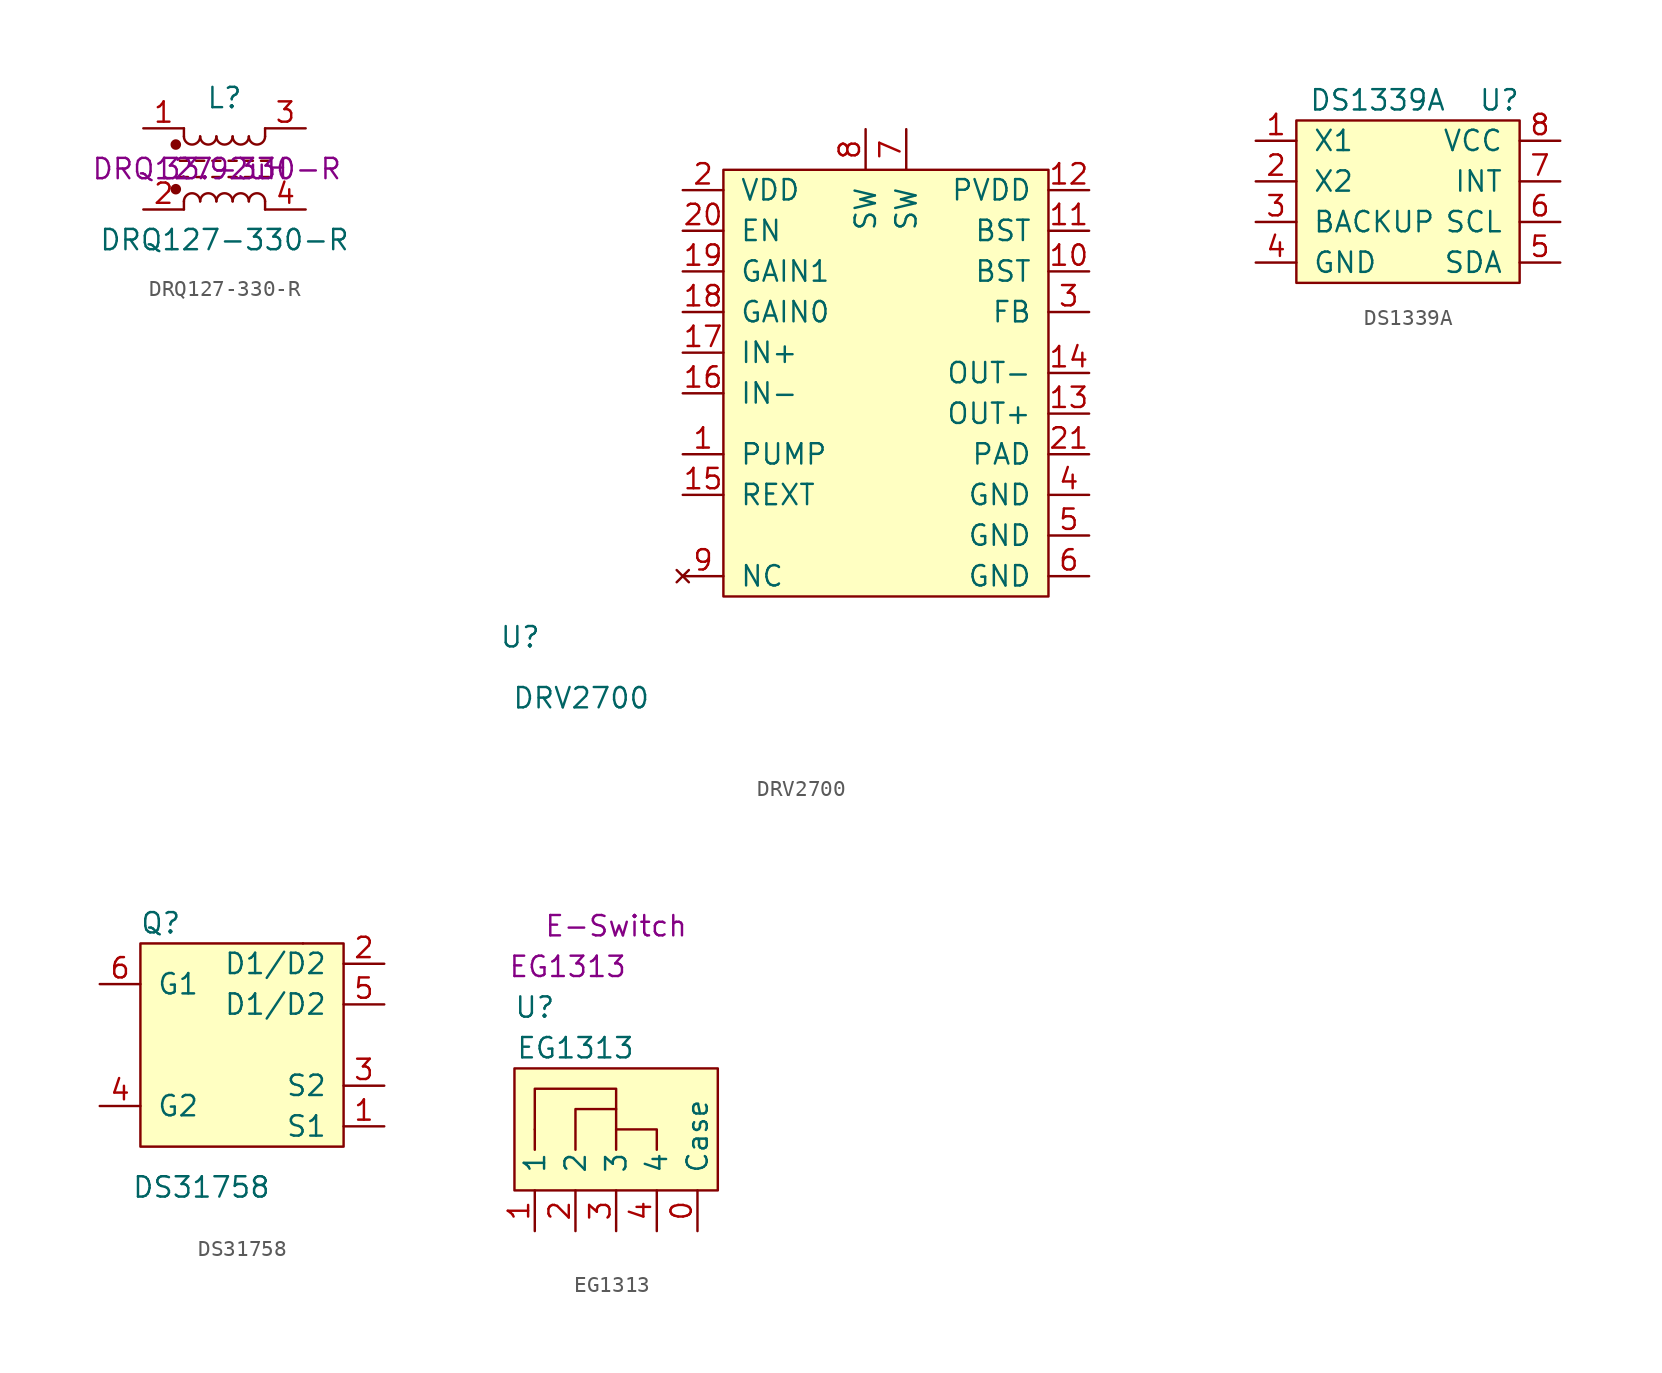
<source format=kicad_sym>
(kicad_symbol_lib
  (version 20211014)
  (generator kicad_symbol_editor)
  (symbol "DRQ127-330-R"
    (pin_names
      (offset 0.254) hide)
    (property "Reference" "L"
      (at 0 4.445 0)
      (effects (font (size 1.27 1.27))))
    (property "Value" "DRQ127-330-R"
      (at 0 -4.445 0)
      (effects (font (size 1.27 1.27))))
    (property "Part" "DRQ127-330-R "
      (at 0 0 0)
      (effects (font (size 1.27 1.27))))
    (property "Inductance" "33.92uH"
      (at 0 0 0)
      (effects (font (size 1.27 1.27))))
    (symbol "DRQ127-330-R_0_1"
      (circle (center -3.048 -1.27) (radius 0.254) (stroke (width 0) (type default) (color 0 0 0 0)) (fill (type outline)))
      (circle (center -3.048 1.524) (radius 0.254) (stroke (width 0) (type default) (color 0 0 0 0)) (fill (type outline)))
      (arc (start -2.54 2.032) (mid -2.032 1.524) (end -1.524 2.032) (stroke (width 0) (type default) (color 0 0 0 0)) (fill (type none)))
      (arc (start -1.524 -2.032) (mid -2.032 -1.524) (end -2.54 -2.032) (stroke (width 0) (type default) (color 0 0 0 0)) (fill (type none)))
      (arc (start -1.524 2.032) (mid -1.016 1.524) (end -0.508 2.032) (stroke (width 0) (type default) (color 0 0 0 0)) (fill (type none)))
      (arc (start -0.508 -2.032) (mid -1.016 -1.524) (end -1.524 -2.032) (stroke (width 0) (type default) (color 0 0 0 0)) (fill (type none)))
      (arc (start -0.508 2.032) (mid 0 1.524) (end 0.508 2.032) (stroke (width 0) (type default) (color 0 0 0 0)) (fill (type none)))
      (polyline (pts (xy -2.794 -0.508) (xy -2.286 -0.508)) (stroke (width 0) (type default) (color 0 0 0 0)) (fill (type none)))
      (polyline (pts (xy -2.794 0.508) (xy -2.286 0.508)) (stroke (width 0) (type default) (color 0 0 0 0)) (fill (type none)))
      (polyline (pts (xy -2.54 -2.032) (xy -2.54 -2.54)) (stroke (width 0) (type default) (color 0 0 0 0)) (fill (type none)))
      (polyline (pts (xy -2.54 2.032) (xy -2.54 2.54)) (stroke (width 0) (type default) (color 0 0 0 0)) (fill (type none)))
      (polyline (pts (xy -1.778 -0.508) (xy -1.27 -0.508)) (stroke (width 0) (type default) (color 0 0 0 0)) (fill (type none)))
      (polyline (pts (xy -1.778 0.508) (xy -1.27 0.508)) (stroke (width 0) (type default) (color 0 0 0 0)) (fill (type none)))
      (polyline (pts (xy -0.762 -0.508) (xy -0.254 -0.508)) (stroke (width 0) (type default) (color 0 0 0 0)) (fill (type none)))
      (polyline (pts (xy -0.762 0.508) (xy -0.254 0.508)) (stroke (width 0) (type default) (color 0 0 0 0)) (fill (type none)))
      (polyline (pts (xy 0.254 -0.508) (xy 0.762 -0.508)) (stroke (width 0) (type default) (color 0 0 0 0)) (fill (type none)))
      (polyline (pts (xy 0.254 0.508) (xy 0.762 0.508)) (stroke (width 0) (type default) (color 0 0 0 0)) (fill (type none)))
      (polyline (pts (xy 1.27 -0.508) (xy 1.778 -0.508)) (stroke (width 0) (type default) (color 0 0 0 0)) (fill (type none)))
      (polyline (pts (xy 1.27 0.508) (xy 1.778 0.508)) (stroke (width 0) (type default) (color 0 0 0 0)) (fill (type none)))
      (polyline (pts (xy 2.286 -0.508) (xy 2.794 -0.508)) (stroke (width 0) (type default) (color 0 0 0 0)) (fill (type none)))
      (polyline (pts (xy 2.286 0.508) (xy 2.794 0.508)) (stroke (width 0) (type default) (color 0 0 0 0)) (fill (type none)))
      (polyline (pts (xy 2.54 -2.032) (xy 2.54 -2.54)) (stroke (width 0) (type default) (color 0 0 0 0)) (fill (type none)))
      (polyline (pts (xy 2.54 2.54) (xy 2.54 2.032)) (stroke (width 0) (type default) (color 0 0 0 0)) (fill (type none)))
      (arc (start 0.508 -2.032) (mid 0 -1.524) (end -0.508 -2.032) (stroke (width 0) (type default) (color 0 0 0 0)) (fill (type none)))
      (arc (start 0.508 2.032) (mid 1.016 1.524) (end 1.524 2.032) (stroke (width 0) (type default) (color 0 0 0 0)) (fill (type none)))
      (arc (start 1.524 -2.032) (mid 1.016 -1.524) (end 0.508 -2.032) (stroke (width 0) (type default) (color 0 0 0 0)) (fill (type none)))
      (arc (start 1.524 2.032) (mid 2.032 1.524) (end 2.54 2.032) (stroke (width 0) (type default) (color 0 0 0 0)) (fill (type none)))
      (arc (start 2.54 -2.032) (mid 2.032 -1.524) (end 1.524 -2.032) (stroke (width 0) (type default) (color 0 0 0 0)) (fill (type none))))
    (symbol "DRQ127-330-R_1_1"
      (pin passive line (at -5.08 2.54 0) (length 2.54) (name "1" (effects (font (size 1.27 1.27)))) (number "1" (effects (font (size 1.27 1.27)))))
      (pin passive line (at -5.08 -2.54 0) (length 2.54) (name "2" (effects (font (size 1.27 1.27)))) (number "2" (effects (font (size 1.27 1.27)))))
      (pin passive line (at 5.08 2.54 180) (length 2.54) (name "3" (effects (font (size 1.27 1.27)))) (number "3" (effects (font (size 1.27 1.27)))))
      (pin passive line (at 5.08 -2.54 180) (length 2.54) (name "4" (effects (font (size 1.27 1.27)))) (number "4" (effects (font (size 1.27 1.27)))))))
  (symbol "DRV2700"
    (pin_names
      (offset 1.016))
    (property "Reference" "U"
      (at -12.7 -2.54 0)
      (effects (font (size 1.27 1.27))))
    (property "Value" "DRV2700"
      (at -8.89 -6.35 0)
      (effects (font (size 1.27 1.27))))
    (symbol "DRV2700_0_1"
      (rectangle (start 0 0) (end 20.32 26.67) (stroke (width 0) (type default) (color 0 0 0 0)) (fill (type background))))
    (symbol "DRV2700_1_1"
      (pin output line (at -2.54 8.89 0) (length 2.54) (name "PUMP" (effects (font (size 1.27 1.27)))) (number "1" (effects (font (size 1.27 1.27)))))
      (pin input line (at 22.86 20.32 180) (length 2.54) (name "BST" (effects (font (size 1.27 1.27)))) (number "10" (effects (font (size 1.27 1.27)))))
      (pin input line (at 22.86 22.86 180) (length 2.54) (name "BST" (effects (font (size 1.27 1.27)))) (number "11" (effects (font (size 1.27 1.27)))))
      (pin input line (at 22.86 25.4 180) (length 2.54) (name "PVDD" (effects (font (size 1.27 1.27)))) (number "12" (effects (font (size 1.27 1.27)))))
      (pin input line (at 22.86 11.43 180) (length 2.54) (name "OUT+" (effects (font (size 1.27 1.27)))) (number "13" (effects (font (size 1.27 1.27)))))
      (pin input line (at 22.86 13.97 180) (length 2.54) (name "OUT-" (effects (font (size 1.27 1.27)))) (number "14" (effects (font (size 1.27 1.27)))))
      (pin input line (at -2.54 6.35 0) (length 2.54) (name "REXT" (effects (font (size 1.27 1.27)))) (number "15" (effects (font (size 1.27 1.27)))))
      (pin input line (at -2.54 12.7 0) (length 2.54) (name "IN-" (effects (font (size 1.27 1.27)))) (number "16" (effects (font (size 1.27 1.27)))))
      (pin input line (at -2.54 15.24 0) (length 2.54) (name "IN+" (effects (font (size 1.27 1.27)))) (number "17" (effects (font (size 1.27 1.27)))))
      (pin input line (at -2.54 17.78 0) (length 2.54) (name "GAIN0" (effects (font (size 1.27 1.27)))) (number "18" (effects (font (size 1.27 1.27)))))
      (pin input line (at -2.54 20.32 0) (length 2.54) (name "GAIN1" (effects (font (size 1.27 1.27)))) (number "19" (effects (font (size 1.27 1.27)))))
      (pin power_in line (at -2.54 25.4 0) (length 2.54) (name "VDD" (effects (font (size 1.27 1.27)))) (number "2" (effects (font (size 1.27 1.27)))))
      (pin input line (at -2.54 22.86 0) (length 2.54) (name "EN" (effects (font (size 1.27 1.27)))) (number "20" (effects (font (size 1.27 1.27)))))
      (pin input line (at 22.86 8.89 180) (length 2.54) (name "PAD" (effects (font (size 1.27 1.27)))) (number "21" (effects (font (size 1.27 1.27)))))
      (pin output line (at 22.86 17.78 180) (length 2.54) (name "FB" (effects (font (size 1.27 1.27)))) (number "3" (effects (font (size 1.27 1.27)))))
      (pin power_in line (at 22.86 6.35 180) (length 2.54) (name "GND" (effects (font (size 1.27 1.27)))) (number "4" (effects (font (size 1.27 1.27)))))
      (pin power_in line (at 22.86 3.81 180) (length 2.54) (name "GND" (effects (font (size 1.27 1.27)))) (number "5" (effects (font (size 1.27 1.27)))))
      (pin power_in line (at 22.86 1.27 180) (length 2.54) (name "GND" (effects (font (size 1.27 1.27)))) (number "6" (effects (font (size 1.27 1.27)))))
      (pin input line (at 11.43 29.21 270) (length 2.54) (name "SW" (effects (font (size 1.27 1.27)))) (number "7" (effects (font (size 1.27 1.27)))))
      (pin input line (at 8.89 29.21 270) (length 2.54) (name "SW" (effects (font (size 1.27 1.27)))) (number "8" (effects (font (size 1.27 1.27)))))
      (pin no_connect line (at -2.54 1.27 0) (length 2.54) (name "NC" (effects (font (size 1.27 1.27)))) (number "9" (effects (font (size 1.27 1.27)))))))
  (symbol "DS1339A"
    (pin_names
      (offset 1.016))
    (property "Reference" "U"
      (at 12.7 11.43 0)
      (effects (font (size 1.27 1.27))))
    (property "Value" "DS1339A"
      (at 5.08 11.43 0)
      (effects (font (size 1.27 1.27))))
    (symbol "DS1339A_0_1"
      (rectangle (start 0 0) (end 13.97 10.16) (stroke (width 0) (type default) (color 0 0 0 0)) (fill (type background))))
    (symbol "DS1339A_1_1"
      (pin input line (at -2.54 8.89 0) (length 2.54) (name "X1" (effects (font (size 1.27 1.27)))) (number "1" (effects (font (size 1.27 1.27)))))
      (pin output line (at -2.54 6.35 0) (length 2.54) (name "X2" (effects (font (size 1.27 1.27)))) (number "2" (effects (font (size 1.27 1.27)))))
      (pin output line (at -2.54 3.81 0) (length 2.54) (name "BACKUP" (effects (font (size 1.27 1.27)))) (number "3" (effects (font (size 1.27 1.27)))))
      (pin output line (at -2.54 1.27 0) (length 2.54) (name "GND" (effects (font (size 1.27 1.27)))) (number "4" (effects (font (size 1.27 1.27)))))
      (pin input line (at 16.51 1.27 180) (length 2.54) (name "SDA" (effects (font (size 1.27 1.27)))) (number "5" (effects (font (size 1.27 1.27)))))
      (pin input line (at 16.51 3.81 180) (length 2.54) (name "SCL" (effects (font (size 1.27 1.27)))) (number "6" (effects (font (size 1.27 1.27)))))
      (pin output line (at 16.51 6.35 180) (length 2.54) (name "INT" (effects (font (size 1.27 1.27)))) (number "7" (effects (font (size 1.27 1.27)))))
      (pin input line (at 16.51 8.89 180) (length 2.54) (name "VCC" (effects (font (size 1.27 1.27)))) (number "8" (effects (font (size 1.27 1.27)))))))
  (symbol "DS31758"
    (pin_names
      (offset 1.016))
    (property "Reference" "Q"
      (at 1.27 13.97 0)
      (effects (font (size 1.27 1.27))))
    (property "Value" "DS31758"
      (at 3.81 -2.54 0)
      (effects (font (size 1.27 1.27))))
    (symbol "DS31758_0_1"
      (rectangle (start 0 0) (end 12.7 12.7) (stroke (width 0) (type default) (color 0 0 0 0)) (fill (type background)))
      (rectangle (start 10.16 12.7) (end 10.16 12.7) (stroke (width 0) (type default) (color 0 0 0 0)) (fill (type none))))
    (symbol "DS31758_1_1"
      (pin input line (at 15.24 1.27 180) (length 2.54) (name "S1" (effects (font (size 1.27 1.27)))) (number "1" (effects (font (size 1.27 1.27)))))
      (pin input line (at 15.24 11.43 180) (length 2.54) (name "D1/D2" (effects (font (size 1.27 1.27)))) (number "2" (effects (font (size 1.27 1.27)))))
      (pin input line (at 15.24 3.81 180) (length 2.54) (name "S2" (effects (font (size 1.27 1.27)))) (number "3" (effects (font (size 1.27 1.27)))))
      (pin input line (at -2.54 2.54 0) (length 2.54) (name "G2" (effects (font (size 1.27 1.27)))) (number "4" (effects (font (size 1.27 1.27)))))
      (pin input line (at 15.24 8.89 180) (length 2.54) (name "D1/D2" (effects (font (size 1.27 1.27)))) (number "5" (effects (font (size 1.27 1.27)))))
      (pin input line (at -2.54 10.16 0) (length 2.54) (name "G1" (effects (font (size 1.27 1.27)))) (number "6" (effects (font (size 1.27 1.27)))))))
  (symbol "EG1313"
    (pin_names
      (offset 1.016))
    (property "Reference" "U"
      (at 1.27 11.43 0)
      (effects (font (size 1.27 1.27))))
    (property "Value" "EG1313"
      (at 3.81 8.89 0)
      (effects (font (size 1.27 1.27))))
    (property "PartNum" "EG1313 "
      (at 3.81 13.97 0)
      (effects (font (size 1.27 1.27))))
    (property "Manufacture" "E-Switch"
      (at 6.35 16.51 0)
      (effects (font (size 1.27 1.27))))
    (symbol "EG1313_0_1"
      (polyline (pts (xy 1.27 3.81) (xy 1.27 2.54)) (stroke (width 0) (type default) (color 0 0 0 0)) (fill (type none)))
      (polyline (pts (xy 6.35 2.54) (xy 6.35 3.81) (xy 8.89 3.81) (xy 8.89 2.54)) (stroke (width 0) (type default) (color 0 0 0 0)) (fill (type none)))
      (polyline (pts (xy 6.35 3.81) (xy 6.35 5.08) (xy 3.81 5.08) (xy 3.81 2.54)) (stroke (width 0) (type default) (color 0 0 0 0)) (fill (type none)))
      (polyline (pts (xy 6.35 5.08) (xy 6.35 6.35) (xy 1.27 6.35) (xy 1.27 3.81)) (stroke (width 0) (type default) (color 0 0 0 0)) (fill (type none)))
      (rectangle (start 0 0) (end 12.7 7.62) (stroke (width 0) (type default) (color 0 0 0 0)) (fill (type background))))
    (symbol "EG1313_1_1"
      (pin input line (at 11.43 -2.54 90) (length 2.54) (name "Case" (effects (font (size 1.27 1.27)))) (number "0" (effects (font (size 1.27 1.27)))))
      (pin input line (at 1.27 -2.54 90) (length 2.54) (name "1" (effects (font (size 1.27 1.27)))) (number "1" (effects (font (size 1.27 1.27)))))
      (pin input line (at 3.81 -2.54 90) (length 2.54) (name "2" (effects (font (size 1.27 1.27)))) (number "2" (effects (font (size 1.27 1.27)))))
      (pin input line (at 6.35 -2.54 90) (length 2.54) (name "3" (effects (font (size 1.27 1.27)))) (number "3" (effects (font (size 1.27 1.27)))))
      (pin input line (at 8.89 -2.54 90) (length 2.54) (name "4" (effects (font (size 1.27 1.27)))) (number "4" (effects (font (size 1.27 1.27))))))))
</source>
